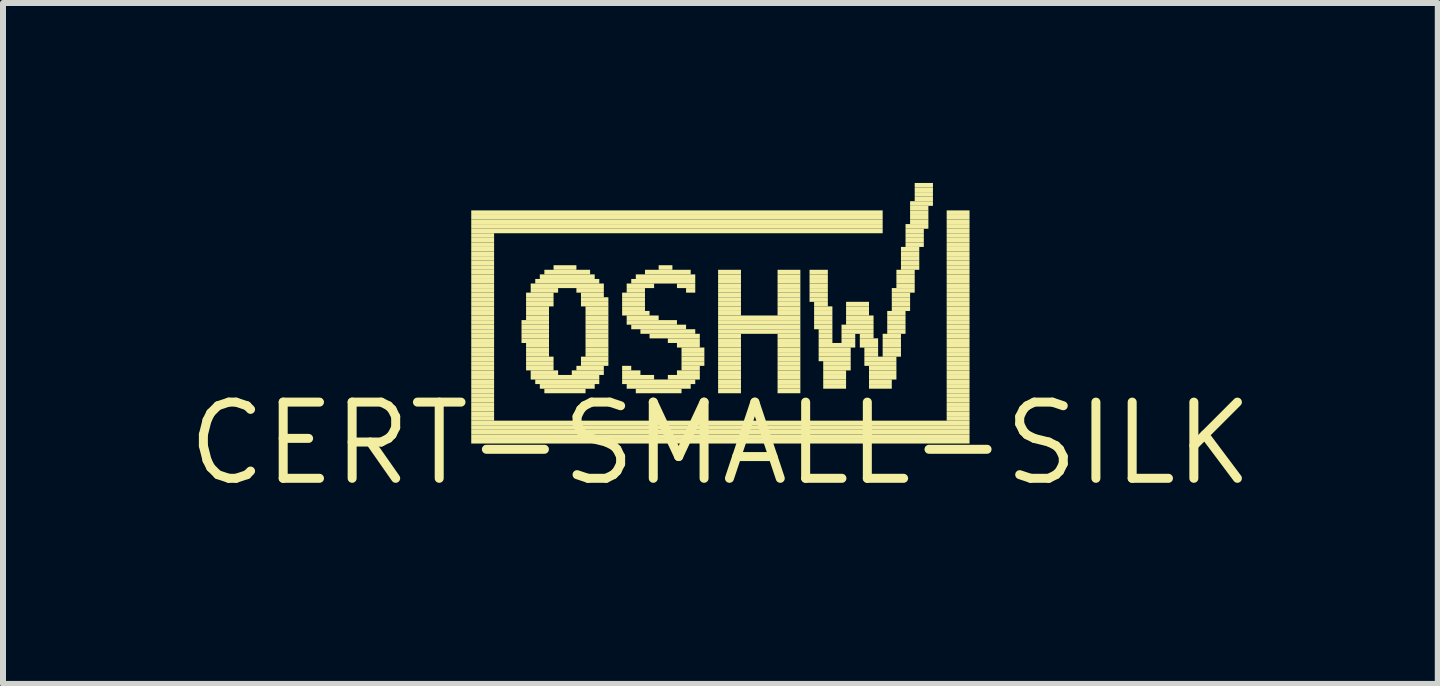
<source format=kicad_pcb>
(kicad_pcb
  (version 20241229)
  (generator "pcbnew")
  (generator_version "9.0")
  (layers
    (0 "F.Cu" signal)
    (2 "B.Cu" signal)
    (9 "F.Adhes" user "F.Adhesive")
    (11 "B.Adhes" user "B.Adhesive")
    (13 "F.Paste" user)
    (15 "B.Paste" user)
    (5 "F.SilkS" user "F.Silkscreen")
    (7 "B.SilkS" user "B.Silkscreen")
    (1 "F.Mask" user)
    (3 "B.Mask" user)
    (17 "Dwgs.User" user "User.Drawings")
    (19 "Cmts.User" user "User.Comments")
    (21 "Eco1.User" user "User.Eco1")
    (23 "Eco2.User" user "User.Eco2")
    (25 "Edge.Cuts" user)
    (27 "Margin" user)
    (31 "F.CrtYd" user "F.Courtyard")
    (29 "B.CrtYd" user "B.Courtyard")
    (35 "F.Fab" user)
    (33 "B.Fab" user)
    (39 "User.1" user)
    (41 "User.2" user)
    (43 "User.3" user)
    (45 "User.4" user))
  (footprint "CERT-SMALL-SILK"
    (layer "F.Cu")
    (at 8.958 4.343)
    (property "Reference" "CERT-SMALL-SILK" (at 0 0 0) (layer "F.SilkS") (effects (font (size 1.27 1.27) (thickness 0.15))))
    (fp_poly (pts (xy -4.153 -3.81) (xy 2.705 -3.81) (xy 2.705 -3.886) (xy -4.153 -3.886)) (stroke (width 0) (type solid)) (fill yes) (layer "F.SilkS"))
    (fp_poly (pts (xy -4.153 -3.734) (xy 2.705 -3.734) (xy 2.705 -3.81) (xy -4.153 -3.81)) (stroke (width 0) (type solid)) (fill yes) (layer "F.SilkS"))
    (fp_poly (pts (xy -4.153 -3.658) (xy 2.705 -3.658) (xy 2.705 -3.734) (xy -4.153 -3.734)) (stroke (width 0) (type solid)) (fill yes) (layer "F.SilkS"))
    (fp_poly (pts (xy -4.153 -3.581) (xy 2.705 -3.581) (xy 2.705 -3.658) (xy -4.153 -3.658)) (stroke (width 0) (type solid)) (fill yes) (layer "F.SilkS"))
    (fp_poly (pts (xy -4.153 -3.505) (xy 2.705 -3.505) (xy 2.705 -3.581) (xy -4.153 -3.581)) (stroke (width 0) (type solid)) (fill yes) (layer "F.SilkS"))
    (fp_poly (pts (xy -4.153 -3.429) (xy -3.772 -3.429) (xy -3.772 -3.505) (xy -4.153 -3.505)) (stroke (width 0) (type solid)) (fill yes) (layer "F.SilkS"))
    (fp_poly (pts (xy -4.153 -3.353) (xy -3.772 -3.353) (xy -3.772 -3.429) (xy -4.153 -3.429)) (stroke (width 0) (type solid)) (fill yes) (layer "F.SilkS"))
    (fp_poly (pts (xy -4.153 -3.277) (xy -3.772 -3.277) (xy -3.772 -3.353) (xy -4.153 -3.353)) (stroke (width 0) (type solid)) (fill yes) (layer "F.SilkS"))
    (fp_poly (pts (xy -4.153 -3.2) (xy -3.772 -3.2) (xy -3.772 -3.277) (xy -4.153 -3.277)) (stroke (width 0) (type solid)) (fill yes) (layer "F.SilkS"))
    (fp_poly (pts (xy -4.153 -3.124) (xy -3.772 -3.124) (xy -3.772 -3.2) (xy -4.153 -3.2)) (stroke (width 0) (type solid)) (fill yes) (layer "F.SilkS"))
    (fp_poly (pts (xy -4.153 -3.048) (xy -3.772 -3.048) (xy -3.772 -3.124) (xy -4.153 -3.124)) (stroke (width 0) (type solid)) (fill yes) (layer "F.SilkS"))
    (fp_poly (pts (xy -4.153 -2.972) (xy -3.772 -2.972) (xy -3.772 -3.048) (xy -4.153 -3.048)) (stroke (width 0) (type solid)) (fill yes) (layer "F.SilkS"))
    (fp_poly (pts (xy -4.153 -2.896) (xy -3.772 -2.896) (xy -3.772 -2.972) (xy -4.153 -2.972)) (stroke (width 0) (type solid)) (fill yes) (layer "F.SilkS"))
    (fp_poly (pts (xy -4.153 -2.819) (xy -3.772 -2.819) (xy -3.772 -2.896) (xy -4.153 -2.896)) (stroke (width 0) (type solid)) (fill yes) (layer "F.SilkS"))
    (fp_poly (pts (xy -4.153 -2.743) (xy -3.772 -2.743) (xy -3.772 -2.819) (xy -4.153 -2.819)) (stroke (width 0) (type solid)) (fill yes) (layer "F.SilkS"))
    (fp_poly (pts (xy -4.153 -2.667) (xy -3.772 -2.667) (xy -3.772 -2.743) (xy -4.153 -2.743)) (stroke (width 0) (type solid)) (fill yes) (layer "F.SilkS"))
    (fp_poly (pts (xy -4.153 -2.591) (xy -3.772 -2.591) (xy -3.772 -2.667) (xy -4.153 -2.667)) (stroke (width 0) (type solid)) (fill yes) (layer "F.SilkS"))
    (fp_poly (pts (xy -4.153 -2.515) (xy -3.772 -2.515) (xy -3.772 -2.591) (xy -4.153 -2.591)) (stroke (width 0) (type solid)) (fill yes) (layer "F.SilkS"))
    (fp_poly (pts (xy -4.153 -2.438) (xy -3.772 -2.438) (xy -3.772 -2.515) (xy -4.153 -2.515)) (stroke (width 0) (type solid)) (fill yes) (layer "F.SilkS"))
    (fp_poly (pts (xy -4.153 -2.362) (xy -3.772 -2.362) (xy -3.772 -2.438) (xy -4.153 -2.438)) (stroke (width 0) (type solid)) (fill yes) (layer "F.SilkS"))
    (fp_poly (pts (xy -4.153 -2.286) (xy -3.772 -2.286) (xy -3.772 -2.362) (xy -4.153 -2.362)) (stroke (width 0) (type solid)) (fill yes) (layer "F.SilkS"))
    (fp_poly (pts (xy -4.153 -2.21) (xy -3.772 -2.21) (xy -3.772 -2.286) (xy -4.153 -2.286)) (stroke (width 0) (type solid)) (fill yes) (layer "F.SilkS"))
    (fp_poly (pts (xy -4.153 -2.134) (xy -3.772 -2.134) (xy -3.772 -2.21) (xy -4.153 -2.21)) (stroke (width 0) (type solid)) (fill yes) (layer "F.SilkS"))
    (fp_poly (pts (xy -4.153 -2.057) (xy -3.772 -2.057) (xy -3.772 -2.134) (xy -4.153 -2.134)) (stroke (width 0) (type solid)) (fill yes) (layer "F.SilkS"))
    (fp_poly (pts (xy -4.153 -1.981) (xy -3.772 -1.981) (xy -3.772 -2.057) (xy -4.153 -2.057)) (stroke (width 0) (type solid)) (fill yes) (layer "F.SilkS"))
    (fp_poly (pts (xy -4.153 -1.905) (xy -3.772 -1.905) (xy -3.772 -1.981) (xy -4.153 -1.981)) (stroke (width 0) (type solid)) (fill yes) (layer "F.SilkS"))
    (fp_poly (pts (xy -4.153 -1.829) (xy -3.772 -1.829) (xy -3.772 -1.905) (xy -4.153 -1.905)) (stroke (width 0) (type solid)) (fill yes) (layer "F.SilkS"))
    (fp_poly (pts (xy -4.153 -1.753) (xy -3.772 -1.753) (xy -3.772 -1.829) (xy -4.153 -1.829)) (stroke (width 0) (type solid)) (fill yes) (layer "F.SilkS"))
    (fp_poly (pts (xy -4.153 -1.676) (xy -3.772 -1.676) (xy -3.772 -1.753) (xy -4.153 -1.753)) (stroke (width 0) (type solid)) (fill yes) (layer "F.SilkS"))
    (fp_poly (pts (xy -4.153 -1.6) (xy -3.772 -1.6) (xy -3.772 -1.676) (xy -4.153 -1.676)) (stroke (width 0) (type solid)) (fill yes) (layer "F.SilkS"))
    (fp_poly (pts (xy -4.153 -1.524) (xy -3.772 -1.524) (xy -3.772 -1.6) (xy -4.153 -1.6)) (stroke (width 0) (type solid)) (fill yes) (layer "F.SilkS"))
    (fp_poly (pts (xy -4.153 -1.448) (xy -3.772 -1.448) (xy -3.772 -1.524) (xy -4.153 -1.524)) (stroke (width 0) (type solid)) (fill yes) (layer "F.SilkS"))
    (fp_poly (pts (xy -4.153 -1.372) (xy -3.772 -1.372) (xy -3.772 -1.448) (xy -4.153 -1.448)) (stroke (width 0) (type solid)) (fill yes) (layer "F.SilkS"))
    (fp_poly (pts (xy -4.153 -1.295) (xy -3.772 -1.295) (xy -3.772 -1.372) (xy -4.153 -1.372)) (stroke (width 0) (type solid)) (fill yes) (layer "F.SilkS"))
    (fp_poly (pts (xy -4.153 -1.219) (xy -3.772 -1.219) (xy -3.772 -1.295) (xy -4.153 -1.295)) (stroke (width 0) (type solid)) (fill yes) (layer "F.SilkS"))
    (fp_poly (pts (xy -4.153 -1.143) (xy -3.772 -1.143) (xy -3.772 -1.219) (xy -4.153 -1.219)) (stroke (width 0) (type solid)) (fill yes) (layer "F.SilkS"))
    (fp_poly (pts (xy -4.153 -1.067) (xy -3.772 -1.067) (xy -3.772 -1.143) (xy -4.153 -1.143)) (stroke (width 0) (type solid)) (fill yes) (layer "F.SilkS"))
    (fp_poly (pts (xy -4.153 -0.991) (xy -3.772 -0.991) (xy -3.772 -1.067) (xy -4.153 -1.067)) (stroke (width 0) (type solid)) (fill yes) (layer "F.SilkS"))
    (fp_poly (pts (xy -4.153 -0.914) (xy -3.772 -0.914) (xy -3.772 -0.991) (xy -4.153 -0.991)) (stroke (width 0) (type solid)) (fill yes) (layer "F.SilkS"))
    (fp_poly (pts (xy -4.153 -0.838) (xy -3.772 -0.838) (xy -3.772 -0.914) (xy -4.153 -0.914)) (stroke (width 0) (type solid)) (fill yes) (layer "F.SilkS"))
    (fp_poly (pts (xy -4.153 -0.762) (xy -3.772 -0.762) (xy -3.772 -0.838) (xy -4.153 -0.838)) (stroke (width 0) (type solid)) (fill yes) (layer "F.SilkS"))
    (fp_poly (pts (xy -4.153 -0.686) (xy -3.772 -0.686) (xy -3.772 -0.762) (xy -4.153 -0.762)) (stroke (width 0) (type solid)) (fill yes) (layer "F.SilkS"))
    (fp_poly (pts (xy -4.153 -0.61) (xy -3.772 -0.61) (xy -3.772 -0.686) (xy -4.153 -0.686)) (stroke (width 0) (type solid)) (fill yes) (layer "F.SilkS"))
    (fp_poly (pts (xy -4.153 -0.533) (xy -3.772 -0.533) (xy -3.772 -0.61) (xy -4.153 -0.61)) (stroke (width 0) (type solid)) (fill yes) (layer "F.SilkS"))
    (fp_poly (pts (xy -4.153 -0.457) (xy -3.772 -0.457) (xy -3.772 -0.533) (xy -4.153 -0.533)) (stroke (width 0) (type solid)) (fill yes) (layer "F.SilkS"))
    (fp_poly (pts (xy -4.153 -0.381) (xy -3.772 -0.381) (xy -3.772 -0.457) (xy -4.153 -0.457)) (stroke (width 0) (type solid)) (fill yes) (layer "F.SilkS"))
    (fp_poly (pts (xy -4.153 -0.305) (xy 4.153 -0.305) (xy 4.153 -0.381) (xy -4.153 -0.381)) (stroke (width 0) (type solid)) (fill yes) (layer "F.SilkS"))
    (fp_poly (pts (xy -4.153 -0.229) (xy 4.153 -0.229) (xy 4.153 -0.305) (xy -4.153 -0.305)) (stroke (width 0) (type solid)) (fill yes) (layer "F.SilkS"))
    (fp_poly (pts (xy -4.153 -0.152) (xy 4.153 -0.152) (xy 4.153 -0.229) (xy -4.153 -0.229)) (stroke (width 0) (type solid)) (fill yes) (layer "F.SilkS"))
    (fp_poly (pts (xy -4.153 -0.076) (xy 4.153 -0.076) (xy 4.153 -0.152) (xy -4.153 -0.152)) (stroke (width 0) (type solid)) (fill yes) (layer "F.SilkS"))
    (fp_poly (pts (xy -4.153 0) (xy 4.153 0) (xy 4.153 -0.076) (xy -4.153 -0.076)) (stroke (width 0) (type solid)) (fill yes) (layer "F.SilkS"))
    (fp_poly (pts (xy -3.315 -1.981) (xy -2.857 -1.981) (xy -2.857 -2.057) (xy -3.315 -2.057)) (stroke (width 0) (type solid)) (fill yes) (layer "F.SilkS"))
    (fp_poly (pts (xy -3.315 -1.905) (xy -2.857 -1.905) (xy -2.857 -1.981) (xy -3.315 -1.981)) (stroke (width 0) (type solid)) (fill yes) (layer "F.SilkS"))
    (fp_poly (pts (xy -3.315 -1.829) (xy -2.857 -1.829) (xy -2.857 -1.905) (xy -3.315 -1.905)) (stroke (width 0) (type solid)) (fill yes) (layer "F.SilkS"))
    (fp_poly (pts (xy -3.315 -1.753) (xy -2.857 -1.753) (xy -2.857 -1.829) (xy -3.315 -1.829)) (stroke (width 0) (type solid)) (fill yes) (layer "F.SilkS"))
    (fp_poly (pts (xy -3.315 -1.676) (xy -2.857 -1.676) (xy -2.857 -1.753) (xy -3.315 -1.753)) (stroke (width 0) (type solid)) (fill yes) (layer "F.SilkS"))
    (fp_poly (pts (xy -3.239 -2.438) (xy -2.781 -2.438) (xy -2.781 -2.515) (xy -3.239 -2.515)) (stroke (width 0) (type solid)) (fill yes) (layer "F.SilkS"))
    (fp_poly (pts (xy -3.239 -2.362) (xy -2.781 -2.362) (xy -2.781 -2.438) (xy -3.239 -2.438)) (stroke (width 0) (type solid)) (fill yes) (layer "F.SilkS"))
    (fp_poly (pts (xy -3.239 -2.286) (xy -2.781 -2.286) (xy -2.781 -2.362) (xy -3.239 -2.362)) (stroke (width 0) (type solid)) (fill yes) (layer "F.SilkS"))
    (fp_poly (pts (xy -3.239 -2.21) (xy -2.857 -2.21) (xy -2.857 -2.286) (xy -3.239 -2.286)) (stroke (width 0) (type solid)) (fill yes) (layer "F.SilkS"))
    (fp_poly (pts (xy -3.239 -2.134) (xy -2.857 -2.134) (xy -2.857 -2.21) (xy -3.239 -2.21)) (stroke (width 0) (type solid)) (fill yes) (layer "F.SilkS"))
    (fp_poly (pts (xy -3.239 -2.057) (xy -2.857 -2.057) (xy -2.857 -2.134) (xy -3.239 -2.134)) (stroke (width 0) (type solid)) (fill yes) (layer "F.SilkS"))
    (fp_poly (pts (xy -3.239 -1.6) (xy -2.857 -1.6) (xy -2.857 -1.676) (xy -3.239 -1.676)) (stroke (width 0) (type solid)) (fill yes) (layer "F.SilkS"))
    (fp_poly (pts (xy -3.239 -1.524) (xy -2.857 -1.524) (xy -2.857 -1.6) (xy -3.239 -1.6)) (stroke (width 0) (type solid)) (fill yes) (layer "F.SilkS"))
    (fp_poly (pts (xy -3.239 -1.448) (xy -2.857 -1.448) (xy -2.857 -1.524) (xy -3.239 -1.524)) (stroke (width 0) (type solid)) (fill yes) (layer "F.SilkS"))
    (fp_poly (pts (xy -3.239 -1.372) (xy -2.781 -1.372) (xy -2.781 -1.448) (xy -3.239 -1.448)) (stroke (width 0) (type solid)) (fill yes) (layer "F.SilkS"))
    (fp_poly (pts (xy -3.239 -1.295) (xy -2.781 -1.295) (xy -2.781 -1.372) (xy -3.239 -1.372)) (stroke (width 0) (type solid)) (fill yes) (layer "F.SilkS"))
    (fp_poly (pts (xy -3.239 -1.219) (xy -2.781 -1.219) (xy -2.781 -1.295) (xy -3.239 -1.295)) (stroke (width 0) (type solid)) (fill yes) (layer "F.SilkS"))
    (fp_poly (pts (xy -3.162 -2.591) (xy -1.943 -2.591) (xy -1.943 -2.667) (xy -3.162 -2.667)) (stroke (width 0) (type solid)) (fill yes) (layer "F.SilkS"))
    (fp_poly (pts (xy -3.162 -2.515) (xy -2.705 -2.515) (xy -2.705 -2.591) (xy -3.162 -2.591)) (stroke (width 0) (type solid)) (fill yes) (layer "F.SilkS"))
    (fp_poly (pts (xy -3.162 -1.143) (xy -2.705 -1.143) (xy -2.705 -1.219) (xy -3.162 -1.219)) (stroke (width 0) (type solid)) (fill yes) (layer "F.SilkS"))
    (fp_poly (pts (xy -3.162 -1.067) (xy -2.019 -1.067) (xy -2.019 -1.143) (xy -3.162 -1.143)) (stroke (width 0) (type solid)) (fill yes) (layer "F.SilkS"))
    (fp_poly (pts (xy -3.086 -2.667) (xy -2.019 -2.667) (xy -2.019 -2.743) (xy -3.086 -2.743)) (stroke (width 0) (type solid)) (fill yes) (layer "F.SilkS"))
    (fp_poly (pts (xy -3.086 -0.991) (xy -2.019 -0.991) (xy -2.019 -1.067) (xy -3.086 -1.067)) (stroke (width 0) (type solid)) (fill yes) (layer "F.SilkS"))
    (fp_poly (pts (xy -3.01 -2.743) (xy -2.095 -2.743) (xy -2.095 -2.819) (xy -3.01 -2.819)) (stroke (width 0) (type solid)) (fill yes) (layer "F.SilkS"))
    (fp_poly (pts (xy -3.01 -0.914) (xy -2.095 -0.914) (xy -2.095 -0.991) (xy -3.01 -0.991)) (stroke (width 0) (type solid)) (fill yes) (layer "F.SilkS"))
    (fp_poly (pts (xy -2.934 -2.819) (xy -2.172 -2.819) (xy -2.172 -2.896) (xy -2.934 -2.896)) (stroke (width 0) (type solid)) (fill yes) (layer "F.SilkS"))
    (fp_poly (pts (xy -2.934 -0.838) (xy -2.248 -0.838) (xy -2.248 -0.914) (xy -2.934 -0.914)) (stroke (width 0) (type solid)) (fill yes) (layer "F.SilkS"))
    (fp_poly (pts (xy -2.781 -2.896) (xy -2.4 -2.896) (xy -2.4 -2.972) (xy -2.781 -2.972)) (stroke (width 0) (type solid)) (fill yes) (layer "F.SilkS"))
    (fp_poly (pts (xy -2.477 -1.143) (xy -1.943 -1.143) (xy -1.943 -1.219) (xy -2.477 -1.219)) (stroke (width 0) (type solid)) (fill yes) (layer "F.SilkS"))
    (fp_poly (pts (xy -2.4 -2.515) (xy -1.943 -2.515) (xy -1.943 -2.591) (xy -2.4 -2.591)) (stroke (width 0) (type solid)) (fill yes) (layer "F.SilkS"))
    (fp_poly (pts (xy -2.4 -1.219) (xy -1.943 -1.219) (xy -1.943 -1.295) (xy -2.4 -1.295)) (stroke (width 0) (type solid)) (fill yes) (layer "F.SilkS"))
    (fp_poly (pts (xy -2.324 -2.438) (xy -1.943 -2.438) (xy -1.943 -2.515) (xy -2.324 -2.515)) (stroke (width 0) (type solid)) (fill yes) (layer "F.SilkS"))
    (fp_poly (pts (xy -2.324 -2.362) (xy -1.867 -2.362) (xy -1.867 -2.438) (xy -2.324 -2.438)) (stroke (width 0) (type solid)) (fill yes) (layer "F.SilkS"))
    (fp_poly (pts (xy -2.324 -2.286) (xy -1.867 -2.286) (xy -1.867 -2.362) (xy -2.324 -2.362)) (stroke (width 0) (type solid)) (fill yes) (layer "F.SilkS"))
    (fp_poly (pts (xy -2.324 -1.372) (xy -1.867 -1.372) (xy -1.867 -1.448) (xy -2.324 -1.448)) (stroke (width 0) (type solid)) (fill yes) (layer "F.SilkS"))
    (fp_poly (pts (xy -2.324 -1.295) (xy -1.867 -1.295) (xy -1.867 -1.372) (xy -2.324 -1.372)) (stroke (width 0) (type solid)) (fill yes) (layer "F.SilkS"))
    (fp_poly (pts (xy -2.248 -2.21) (xy -1.867 -2.21) (xy -1.867 -2.286) (xy -2.248 -2.286)) (stroke (width 0) (type solid)) (fill yes) (layer "F.SilkS"))
    (fp_poly (pts (xy -2.248 -2.134) (xy -1.867 -2.134) (xy -1.867 -2.21) (xy -2.248 -2.21)) (stroke (width 0) (type solid)) (fill yes) (layer "F.SilkS"))
    (fp_poly (pts (xy -2.248 -2.057) (xy -1.867 -2.057) (xy -1.867 -2.134) (xy -2.248 -2.134)) (stroke (width 0) (type solid)) (fill yes) (layer "F.SilkS"))
    (fp_poly (pts (xy -2.248 -1.981) (xy -1.867 -1.981) (xy -1.867 -2.057) (xy -2.248 -2.057)) (stroke (width 0) (type solid)) (fill yes) (layer "F.SilkS"))
    (fp_poly (pts (xy -2.248 -1.905) (xy -1.867 -1.905) (xy -1.867 -1.981) (xy -2.248 -1.981)) (stroke (width 0) (type solid)) (fill yes) (layer "F.SilkS"))
    (fp_poly (pts (xy -2.248 -1.829) (xy -1.867 -1.829) (xy -1.867 -1.905) (xy -2.248 -1.905)) (stroke (width 0) (type solid)) (fill yes) (layer "F.SilkS"))
    (fp_poly (pts (xy -2.248 -1.753) (xy -1.867 -1.753) (xy -1.867 -1.829) (xy -2.248 -1.829)) (stroke (width 0) (type solid)) (fill yes) (layer "F.SilkS"))
    (fp_poly (pts (xy -2.248 -1.676) (xy -1.867 -1.676) (xy -1.867 -1.753) (xy -2.248 -1.753)) (stroke (width 0) (type solid)) (fill yes) (layer "F.SilkS"))
    (fp_poly (pts (xy -2.248 -1.6) (xy -1.867 -1.6) (xy -1.867 -1.676) (xy -2.248 -1.676)) (stroke (width 0) (type solid)) (fill yes) (layer "F.SilkS"))
    (fp_poly (pts (xy -2.248 -1.524) (xy -1.867 -1.524) (xy -1.867 -1.6) (xy -2.248 -1.6)) (stroke (width 0) (type solid)) (fill yes) (layer "F.SilkS"))
    (fp_poly (pts (xy -2.248 -1.448) (xy -1.867 -1.448) (xy -1.867 -1.524) (xy -2.248 -1.524)) (stroke (width 0) (type solid)) (fill yes) (layer "F.SilkS"))
    (fp_poly (pts (xy -1.638 -2.438) (xy -1.257 -2.438) (xy -1.257 -2.515) (xy -1.638 -2.515)) (stroke (width 0) (type solid)) (fill yes) (layer "F.SilkS"))
    (fp_poly (pts (xy -1.638 -2.362) (xy -1.257 -2.362) (xy -1.257 -2.438) (xy -1.638 -2.438)) (stroke (width 0) (type solid)) (fill yes) (layer "F.SilkS"))
    (fp_poly (pts (xy -1.638 -2.286) (xy -1.257 -2.286) (xy -1.257 -2.362) (xy -1.638 -2.362)) (stroke (width 0) (type solid)) (fill yes) (layer "F.SilkS"))
    (fp_poly (pts (xy -1.638 -2.21) (xy -1.257 -2.21) (xy -1.257 -2.286) (xy -1.638 -2.286)) (stroke (width 0) (type solid)) (fill yes) (layer "F.SilkS"))
    (fp_poly (pts (xy -1.638 -2.134) (xy -1.181 -2.134) (xy -1.181 -2.21) (xy -1.638 -2.21)) (stroke (width 0) (type solid)) (fill yes) (layer "F.SilkS"))
    (fp_poly (pts (xy -1.638 -1.219) (xy -1.486 -1.219) (xy -1.486 -1.295) (xy -1.638 -1.295)) (stroke (width 0) (type solid)) (fill yes) (layer "F.SilkS"))
    (fp_poly (pts (xy -1.638 -1.143) (xy -1.333 -1.143) (xy -1.333 -1.219) (xy -1.638 -1.219)) (stroke (width 0) (type solid)) (fill yes) (layer "F.SilkS"))
    (fp_poly (pts (xy -1.638 -1.067) (xy -1.105 -1.067) (xy -1.105 -1.143) (xy -1.638 -1.143)) (stroke (width 0) (type solid)) (fill yes) (layer "F.SilkS"))
    (fp_poly (pts (xy -1.638 -0.991) (xy -0.419 -0.991) (xy -0.419 -1.067) (xy -1.638 -1.067)) (stroke (width 0) (type solid)) (fill yes) (layer "F.SilkS"))
    (fp_poly (pts (xy -1.562 -2.591) (xy -1.105 -2.591) (xy -1.105 -2.667) (xy -1.562 -2.667)) (stroke (width 0) (type solid)) (fill yes) (layer "F.SilkS"))
    (fp_poly (pts (xy -1.562 -2.515) (xy -1.257 -2.515) (xy -1.257 -2.591) (xy -1.562 -2.591)) (stroke (width 0) (type solid)) (fill yes) (layer "F.SilkS"))
    (fp_poly (pts (xy -1.562 -2.057) (xy -1.029 -2.057) (xy -1.029 -2.134) (xy -1.562 -2.134)) (stroke (width 0) (type solid)) (fill yes) (layer "F.SilkS"))
    (fp_poly (pts (xy -1.562 -1.981) (xy -0.724 -1.981) (xy -0.724 -2.057) (xy -1.562 -2.057)) (stroke (width 0) (type solid)) (fill yes) (layer "F.SilkS"))
    (fp_poly (pts (xy -1.562 -0.914) (xy -0.495 -0.914) (xy -0.495 -0.991) (xy -1.562 -0.991)) (stroke (width 0) (type solid)) (fill yes) (layer "F.SilkS"))
    (fp_poly (pts (xy -1.486 -2.667) (xy -0.419 -2.667) (xy -0.419 -2.743) (xy -1.486 -2.743)) (stroke (width 0) (type solid)) (fill yes) (layer "F.SilkS"))
    (fp_poly (pts (xy -1.486 -1.905) (xy -0.572 -1.905) (xy -0.572 -1.981) (xy -1.486 -1.981)) (stroke (width 0) (type solid)) (fill yes) (layer "F.SilkS"))
    (fp_poly (pts (xy -1.41 -2.743) (xy -0.419 -2.743) (xy -0.419 -2.819) (xy -1.41 -2.819)) (stroke (width 0) (type solid)) (fill yes) (layer "F.SilkS"))
    (fp_poly (pts (xy -1.41 -0.838) (xy -0.648 -0.838) (xy -0.648 -0.914) (xy -1.41 -0.914)) (stroke (width 0) (type solid)) (fill yes) (layer "F.SilkS"))
    (fp_poly (pts (xy -1.333 -1.829) (xy -0.419 -1.829) (xy -0.419 -1.905) (xy -1.333 -1.905)) (stroke (width 0) (type solid)) (fill yes) (layer "F.SilkS"))
    (fp_poly (pts (xy -1.257 -2.819) (xy -0.495 -2.819) (xy -0.495 -2.896) (xy -1.257 -2.896)) (stroke (width 0) (type solid)) (fill yes) (layer "F.SilkS"))
    (fp_poly (pts (xy -1.181 -1.753) (xy -0.343 -1.753) (xy -0.343 -1.829) (xy -1.181 -1.829)) (stroke (width 0) (type solid)) (fill yes) (layer "F.SilkS"))
    (fp_poly (pts (xy -1.029 -2.896) (xy -0.8 -2.896) (xy -0.8 -2.972) (xy -1.029 -2.972)) (stroke (width 0) (type solid)) (fill yes) (layer "F.SilkS"))
    (fp_poly (pts (xy -0.876 -1.676) (xy -0.343 -1.676) (xy -0.343 -1.753) (xy -0.876 -1.753)) (stroke (width 0) (type solid)) (fill yes) (layer "F.SilkS"))
    (fp_poly (pts (xy -0.876 -1.067) (xy -0.343 -1.067) (xy -0.343 -1.143) (xy -0.876 -1.143)) (stroke (width 0) (type solid)) (fill yes) (layer "F.SilkS"))
    (fp_poly (pts (xy -0.724 -2.591) (xy -0.419 -2.591) (xy -0.419 -2.667) (xy -0.724 -2.667)) (stroke (width 0) (type solid)) (fill yes) (layer "F.SilkS"))
    (fp_poly (pts (xy -0.724 -1.6) (xy -0.343 -1.6) (xy -0.343 -1.676) (xy -0.724 -1.676)) (stroke (width 0) (type solid)) (fill yes) (layer "F.SilkS"))
    (fp_poly (pts (xy -0.724 -1.143) (xy -0.343 -1.143) (xy -0.343 -1.219) (xy -0.724 -1.219)) (stroke (width 0) (type solid)) (fill yes) (layer "F.SilkS"))
    (fp_poly (pts (xy -0.648 -1.524) (xy -0.267 -1.524) (xy -0.267 -1.6) (xy -0.648 -1.6)) (stroke (width 0) (type solid)) (fill yes) (layer "F.SilkS"))
    (fp_poly (pts (xy -0.648 -1.448) (xy -0.267 -1.448) (xy -0.267 -1.524) (xy -0.648 -1.524)) (stroke (width 0) (type solid)) (fill yes) (layer "F.SilkS"))
    (fp_poly (pts (xy -0.648 -1.372) (xy -0.267 -1.372) (xy -0.267 -1.448) (xy -0.648 -1.448)) (stroke (width 0) (type solid)) (fill yes) (layer "F.SilkS"))
    (fp_poly (pts (xy -0.648 -1.295) (xy -0.267 -1.295) (xy -0.267 -1.372) (xy -0.648 -1.372)) (stroke (width 0) (type solid)) (fill yes) (layer "F.SilkS"))
    (fp_poly (pts (xy -0.648 -1.219) (xy -0.343 -1.219) (xy -0.343 -1.295) (xy -0.648 -1.295)) (stroke (width 0) (type solid)) (fill yes) (layer "F.SilkS"))
    (fp_poly (pts (xy -0.572 -2.515) (xy -0.419 -2.515) (xy -0.419 -2.591) (xy -0.572 -2.591)) (stroke (width 0) (type solid)) (fill yes) (layer "F.SilkS"))
    (fp_poly (pts (xy -0.038 -2.819) (xy 0.343 -2.819) (xy 0.343 -2.896) (xy -0.038 -2.896)) (stroke (width 0) (type solid)) (fill yes) (layer "F.SilkS"))
    (fp_poly (pts (xy -0.038 -2.743) (xy 0.343 -2.743) (xy 0.343 -2.819) (xy -0.038 -2.819)) (stroke (width 0) (type solid)) (fill yes) (layer "F.SilkS"))
    (fp_poly (pts (xy -0.038 -2.667) (xy 0.343 -2.667) (xy 0.343 -2.743) (xy -0.038 -2.743)) (stroke (width 0) (type solid)) (fill yes) (layer "F.SilkS"))
    (fp_poly (pts (xy -0.038 -2.591) (xy 0.343 -2.591) (xy 0.343 -2.667) (xy -0.038 -2.667)) (stroke (width 0) (type solid)) (fill yes) (layer "F.SilkS"))
    (fp_poly (pts (xy -0.038 -2.515) (xy 0.343 -2.515) (xy 0.343 -2.591) (xy -0.038 -2.591)) (stroke (width 0) (type solid)) (fill yes) (layer "F.SilkS"))
    (fp_poly (pts (xy -0.038 -2.438) (xy 0.343 -2.438) (xy 0.343 -2.515) (xy -0.038 -2.515)) (stroke (width 0) (type solid)) (fill yes) (layer "F.SilkS"))
    (fp_poly (pts (xy -0.038 -2.362) (xy 0.343 -2.362) (xy 0.343 -2.438) (xy -0.038 -2.438)) (stroke (width 0) (type solid)) (fill yes) (layer "F.SilkS"))
    (fp_poly (pts (xy -0.038 -2.286) (xy 0.343 -2.286) (xy 0.343 -2.362) (xy -0.038 -2.362)) (stroke (width 0) (type solid)) (fill yes) (layer "F.SilkS"))
    (fp_poly (pts (xy -0.038 -2.21) (xy 0.343 -2.21) (xy 0.343 -2.286) (xy -0.038 -2.286)) (stroke (width 0) (type solid)) (fill yes) (layer "F.SilkS"))
    (fp_poly (pts (xy -0.038 -2.134) (xy 0.343 -2.134) (xy 0.343 -2.21) (xy -0.038 -2.21)) (stroke (width 0) (type solid)) (fill yes) (layer "F.SilkS"))
    (fp_poly (pts (xy -0.038 -2.057) (xy 1.333 -2.057) (xy 1.333 -2.134) (xy -0.038 -2.134)) (stroke (width 0) (type solid)) (fill yes) (layer "F.SilkS"))
    (fp_poly (pts (xy -0.038 -1.981) (xy 1.333 -1.981) (xy 1.333 -2.057) (xy -0.038 -2.057)) (stroke (width 0) (type solid)) (fill yes) (layer "F.SilkS"))
    (fp_poly (pts (xy -0.038 -1.905) (xy 1.333 -1.905) (xy 1.333 -1.981) (xy -0.038 -1.981)) (stroke (width 0) (type solid)) (fill yes) (layer "F.SilkS"))
    (fp_poly (pts (xy -0.038 -1.829) (xy 1.333 -1.829) (xy 1.333 -1.905) (xy -0.038 -1.905)) (stroke (width 0) (type solid)) (fill yes) (layer "F.SilkS"))
    (fp_poly (pts (xy -0.038 -1.753) (xy 0.343 -1.753) (xy 0.343 -1.829) (xy -0.038 -1.829)) (stroke (width 0) (type solid)) (fill yes) (layer "F.SilkS"))
    (fp_poly (pts (xy -0.038 -1.676) (xy 0.343 -1.676) (xy 0.343 -1.753) (xy -0.038 -1.753)) (stroke (width 0) (type solid)) (fill yes) (layer "F.SilkS"))
    (fp_poly (pts (xy -0.038 -1.6) (xy 0.343 -1.6) (xy 0.343 -1.676) (xy -0.038 -1.676)) (stroke (width 0) (type solid)) (fill yes) (layer "F.SilkS"))
    (fp_poly (pts (xy -0.038 -1.524) (xy 0.343 -1.524) (xy 0.343 -1.6) (xy -0.038 -1.6)) (stroke (width 0) (type solid)) (fill yes) (layer "F.SilkS"))
    (fp_poly (pts (xy -0.038 -1.448) (xy 0.343 -1.448) (xy 0.343 -1.524) (xy -0.038 -1.524)) (stroke (width 0) (type solid)) (fill yes) (layer "F.SilkS"))
    (fp_poly (pts (xy -0.038 -1.372) (xy 0.343 -1.372) (xy 0.343 -1.448) (xy -0.038 -1.448)) (stroke (width 0) (type solid)) (fill yes) (layer "F.SilkS"))
    (fp_poly (pts (xy -0.038 -1.295) (xy 0.343 -1.295) (xy 0.343 -1.372) (xy -0.038 -1.372)) (stroke (width 0) (type solid)) (fill yes) (layer "F.SilkS"))
    (fp_poly (pts (xy -0.038 -1.219) (xy 0.343 -1.219) (xy 0.343 -1.295) (xy -0.038 -1.295)) (stroke (width 0) (type solid)) (fill yes) (layer "F.SilkS"))
    (fp_poly (pts (xy -0.038 -1.143) (xy 0.343 -1.143) (xy 0.343 -1.219) (xy -0.038 -1.219)) (stroke (width 0) (type solid)) (fill yes) (layer "F.SilkS"))
    (fp_poly (pts (xy -0.038 -1.067) (xy 0.343 -1.067) (xy 0.343 -1.143) (xy -0.038 -1.143)) (stroke (width 0) (type solid)) (fill yes) (layer "F.SilkS"))
    (fp_poly (pts (xy -0.038 -0.991) (xy 0.343 -0.991) (xy 0.343 -1.067) (xy -0.038 -1.067)) (stroke (width 0) (type solid)) (fill yes) (layer "F.SilkS"))
    (fp_poly (pts (xy -0.038 -0.914) (xy 0.343 -0.914) (xy 0.343 -0.991) (xy -0.038 -0.991)) (stroke (width 0) (type solid)) (fill yes) (layer "F.SilkS"))
    (fp_poly (pts (xy -0.038 -0.838) (xy 0.343 -0.838) (xy 0.343 -0.914) (xy -0.038 -0.914)) (stroke (width 0) (type solid)) (fill yes) (layer "F.SilkS"))
    (fp_poly (pts (xy 0.953 -2.819) (xy 1.333 -2.819) (xy 1.333 -2.896) (xy 0.953 -2.896)) (stroke (width 0) (type solid)) (fill yes) (layer "F.SilkS"))
    (fp_poly (pts (xy 0.953 -2.743) (xy 1.333 -2.743) (xy 1.333 -2.819) (xy 0.953 -2.819)) (stroke (width 0) (type solid)) (fill yes) (layer "F.SilkS"))
    (fp_poly (pts (xy 0.953 -2.667) (xy 1.333 -2.667) (xy 1.333 -2.743) (xy 0.953 -2.743)) (stroke (width 0) (type solid)) (fill yes) (layer "F.SilkS"))
    (fp_poly (pts (xy 0.953 -2.591) (xy 1.333 -2.591) (xy 1.333 -2.667) (xy 0.953 -2.667)) (stroke (width 0) (type solid)) (fill yes) (layer "F.SilkS"))
    (fp_poly (pts (xy 0.953 -2.515) (xy 1.333 -2.515) (xy 1.333 -2.591) (xy 0.953 -2.591)) (stroke (width 0) (type solid)) (fill yes) (layer "F.SilkS"))
    (fp_poly (pts (xy 0.953 -2.438) (xy 1.333 -2.438) (xy 1.333 -2.515) (xy 0.953 -2.515)) (stroke (width 0) (type solid)) (fill yes) (layer "F.SilkS"))
    (fp_poly (pts (xy 0.953 -2.362) (xy 1.333 -2.362) (xy 1.333 -2.438) (xy 0.953 -2.438)) (stroke (width 0) (type solid)) (fill yes) (layer "F.SilkS"))
    (fp_poly (pts (xy 0.953 -2.286) (xy 1.333 -2.286) (xy 1.333 -2.362) (xy 0.953 -2.362)) (stroke (width 0) (type solid)) (fill yes) (layer "F.SilkS"))
    (fp_poly (pts (xy 0.953 -2.21) (xy 1.333 -2.21) (xy 1.333 -2.286) (xy 0.953 -2.286)) (stroke (width 0) (type solid)) (fill yes) (layer "F.SilkS"))
    (fp_poly (pts (xy 0.953 -2.134) (xy 1.333 -2.134) (xy 1.333 -2.21) (xy 0.953 -2.21)) (stroke (width 0) (type solid)) (fill yes) (layer "F.SilkS"))
    (fp_poly (pts (xy 0.953 -1.753) (xy 1.333 -1.753) (xy 1.333 -1.829) (xy 0.953 -1.829)) (stroke (width 0) (type solid)) (fill yes) (layer "F.SilkS"))
    (fp_poly (pts (xy 0.953 -1.676) (xy 1.333 -1.676) (xy 1.333 -1.753) (xy 0.953 -1.753)) (stroke (width 0) (type solid)) (fill yes) (layer "F.SilkS"))
    (fp_poly (pts (xy 0.953 -1.6) (xy 1.333 -1.6) (xy 1.333 -1.676) (xy 0.953 -1.676)) (stroke (width 0) (type solid)) (fill yes) (layer "F.SilkS"))
    (fp_poly (pts (xy 0.953 -1.524) (xy 1.333 -1.524) (xy 1.333 -1.6) (xy 0.953 -1.6)) (stroke (width 0) (type solid)) (fill yes) (layer "F.SilkS"))
    (fp_poly (pts (xy 0.953 -1.448) (xy 1.333 -1.448) (xy 1.333 -1.524) (xy 0.953 -1.524)) (stroke (width 0) (type solid)) (fill yes) (layer "F.SilkS"))
    (fp_poly (pts (xy 0.953 -1.372) (xy 1.333 -1.372) (xy 1.333 -1.448) (xy 0.953 -1.448)) (stroke (width 0) (type solid)) (fill yes) (layer "F.SilkS"))
    (fp_poly (pts (xy 0.953 -1.295) (xy 1.333 -1.295) (xy 1.333 -1.372) (xy 0.953 -1.372)) (stroke (width 0) (type solid)) (fill yes) (layer "F.SilkS"))
    (fp_poly (pts (xy 0.953 -1.219) (xy 1.333 -1.219) (xy 1.333 -1.295) (xy 0.953 -1.295)) (stroke (width 0) (type solid)) (fill yes) (layer "F.SilkS"))
    (fp_poly (pts (xy 0.953 -1.143) (xy 1.333 -1.143) (xy 1.333 -1.219) (xy 0.953 -1.219)) (stroke (width 0) (type solid)) (fill yes) (layer "F.SilkS"))
    (fp_poly (pts (xy 0.953 -1.067) (xy 1.333 -1.067) (xy 1.333 -1.143) (xy 0.953 -1.143)) (stroke (width 0) (type solid)) (fill yes) (layer "F.SilkS"))
    (fp_poly (pts (xy 0.953 -0.991) (xy 1.333 -0.991) (xy 1.333 -1.067) (xy 0.953 -1.067)) (stroke (width 0) (type solid)) (fill yes) (layer "F.SilkS"))
    (fp_poly (pts (xy 0.953 -0.914) (xy 1.333 -0.914) (xy 1.333 -0.991) (xy 0.953 -0.991)) (stroke (width 0) (type solid)) (fill yes) (layer "F.SilkS"))
    (fp_poly (pts (xy 0.953 -0.838) (xy 1.333 -0.838) (xy 1.333 -0.914) (xy 0.953 -0.914)) (stroke (width 0) (type solid)) (fill yes) (layer "F.SilkS"))
    (fp_poly (pts (xy 1.486 -2.819) (xy 1.791 -2.819) (xy 1.791 -2.896) (xy 1.486 -2.896)) (stroke (width 0) (type solid)) (fill yes) (layer "F.SilkS"))
    (fp_poly (pts (xy 1.486 -2.743) (xy 1.791 -2.743) (xy 1.791 -2.819) (xy 1.486 -2.819)) (stroke (width 0) (type solid)) (fill yes) (layer "F.SilkS"))
    (fp_poly (pts (xy 1.486 -2.667) (xy 1.791 -2.667) (xy 1.791 -2.743) (xy 1.486 -2.743)) (stroke (width 0) (type solid)) (fill yes) (layer "F.SilkS"))
    (fp_poly (pts (xy 1.486 -2.591) (xy 1.791 -2.591) (xy 1.791 -2.667) (xy 1.486 -2.667)) (stroke (width 0) (type solid)) (fill yes) (layer "F.SilkS"))
    (fp_poly (pts (xy 1.486 -2.515) (xy 1.791 -2.515) (xy 1.791 -2.591) (xy 1.486 -2.591)) (stroke (width 0) (type solid)) (fill yes) (layer "F.SilkS"))
    (fp_poly (pts (xy 1.486 -2.438) (xy 1.791 -2.438) (xy 1.791 -2.515) (xy 1.486 -2.515)) (stroke (width 0) (type solid)) (fill yes) (layer "F.SilkS"))
    (fp_poly (pts (xy 1.486 -2.362) (xy 1.791 -2.362) (xy 1.791 -2.438) (xy 1.486 -2.438)) (stroke (width 0) (type solid)) (fill yes) (layer "F.SilkS"))
    (fp_poly (pts (xy 1.562 -2.286) (xy 1.791 -2.286) (xy 1.791 -2.362) (xy 1.562 -2.362)) (stroke (width 0) (type solid)) (fill yes) (layer "F.SilkS"))
    (fp_poly (pts (xy 1.562 -2.21) (xy 1.867 -2.21) (xy 1.867 -2.286) (xy 1.562 -2.286)) (stroke (width 0) (type solid)) (fill yes) (layer "F.SilkS"))
    (fp_poly (pts (xy 1.562 -2.134) (xy 1.867 -2.134) (xy 1.867 -2.21) (xy 1.562 -2.21)) (stroke (width 0) (type solid)) (fill yes) (layer "F.SilkS"))
    (fp_poly (pts (xy 1.562 -2.057) (xy 1.867 -2.057) (xy 1.867 -2.134) (xy 1.562 -2.134)) (stroke (width 0) (type solid)) (fill yes) (layer "F.SilkS"))
    (fp_poly (pts (xy 1.562 -1.981) (xy 1.867 -1.981) (xy 1.867 -2.057) (xy 1.562 -2.057)) (stroke (width 0) (type solid)) (fill yes) (layer "F.SilkS"))
    (fp_poly (pts (xy 1.562 -1.905) (xy 1.867 -1.905) (xy 1.867 -1.981) (xy 1.562 -1.981)) (stroke (width 0) (type solid)) (fill yes) (layer "F.SilkS"))
    (fp_poly (pts (xy 1.638 -1.829) (xy 1.867 -1.829) (xy 1.867 -1.905) (xy 1.638 -1.905)) (stroke (width 0) (type solid)) (fill yes) (layer "F.SilkS"))
    (fp_poly (pts (xy 1.638 -1.753) (xy 1.867 -1.753) (xy 1.867 -1.829) (xy 1.638 -1.829)) (stroke (width 0) (type solid)) (fill yes) (layer "F.SilkS"))
    (fp_poly (pts (xy 1.638 -1.676) (xy 1.867 -1.676) (xy 1.867 -1.753) (xy 1.638 -1.753)) (stroke (width 0) (type solid)) (fill yes) (layer "F.SilkS"))
    (fp_poly (pts (xy 1.638 -1.6) (xy 2.248 -1.6) (xy 2.248 -1.676) (xy 1.638 -1.676)) (stroke (width 0) (type solid)) (fill yes) (layer "F.SilkS"))
    (fp_poly (pts (xy 1.638 -1.524) (xy 2.172 -1.524) (xy 2.172 -1.6) (xy 1.638 -1.6)) (stroke (width 0) (type solid)) (fill yes) (layer "F.SilkS"))
    (fp_poly (pts (xy 1.638 -1.448) (xy 2.172 -1.448) (xy 2.172 -1.524) (xy 1.638 -1.524)) (stroke (width 0) (type solid)) (fill yes) (layer "F.SilkS"))
    (fp_poly (pts (xy 1.638 -1.372) (xy 2.172 -1.372) (xy 2.172 -1.448) (xy 1.638 -1.448)) (stroke (width 0) (type solid)) (fill yes) (layer "F.SilkS"))
    (fp_poly (pts (xy 1.714 -1.295) (xy 2.172 -1.295) (xy 2.172 -1.372) (xy 1.714 -1.372)) (stroke (width 0) (type solid)) (fill yes) (layer "F.SilkS"))
    (fp_poly (pts (xy 1.714 -1.219) (xy 2.172 -1.219) (xy 2.172 -1.295) (xy 1.714 -1.295)) (stroke (width 0) (type solid)) (fill yes) (layer "F.SilkS"))
    (fp_poly (pts (xy 1.714 -1.143) (xy 2.095 -1.143) (xy 2.095 -1.219) (xy 1.714 -1.219)) (stroke (width 0) (type solid)) (fill yes) (layer "F.SilkS"))
    (fp_poly (pts (xy 1.714 -1.067) (xy 2.095 -1.067) (xy 2.095 -1.143) (xy 1.714 -1.143)) (stroke (width 0) (type solid)) (fill yes) (layer "F.SilkS"))
    (fp_poly (pts (xy 1.714 -0.991) (xy 2.095 -0.991) (xy 2.095 -1.067) (xy 1.714 -1.067)) (stroke (width 0) (type solid)) (fill yes) (layer "F.SilkS"))
    (fp_poly (pts (xy 1.714 -0.914) (xy 2.095 -0.914) (xy 2.095 -0.991) (xy 1.714 -0.991)) (stroke (width 0) (type solid)) (fill yes) (layer "F.SilkS"))
    (fp_poly (pts (xy 2.019 -1.905) (xy 2.553 -1.905) (xy 2.553 -1.981) (xy 2.019 -1.981)) (stroke (width 0) (type solid)) (fill yes) (layer "F.SilkS"))
    (fp_poly (pts (xy 2.019 -1.829) (xy 2.553 -1.829) (xy 2.553 -1.905) (xy 2.019 -1.905)) (stroke (width 0) (type solid)) (fill yes) (layer "F.SilkS"))
    (fp_poly (pts (xy 2.019 -1.753) (xy 2.248 -1.753) (xy 2.248 -1.829) (xy 2.019 -1.829)) (stroke (width 0) (type solid)) (fill yes) (layer "F.SilkS"))
    (fp_poly (pts (xy 2.019 -1.676) (xy 2.248 -1.676) (xy 2.248 -1.753) (xy 2.019 -1.753)) (stroke (width 0) (type solid)) (fill yes) (layer "F.SilkS"))
    (fp_poly (pts (xy 2.095 -2.286) (xy 2.477 -2.286) (xy 2.477 -2.362) (xy 2.095 -2.362)) (stroke (width 0) (type solid)) (fill yes) (layer "F.SilkS"))
    (fp_poly (pts (xy 2.095 -2.21) (xy 2.477 -2.21) (xy 2.477 -2.286) (xy 2.095 -2.286)) (stroke (width 0) (type solid)) (fill yes) (layer "F.SilkS"))
    (fp_poly (pts (xy 2.095 -2.134) (xy 2.477 -2.134) (xy 2.477 -2.21) (xy 2.095 -2.21)) (stroke (width 0) (type solid)) (fill yes) (layer "F.SilkS"))
    (fp_poly (pts (xy 2.095 -2.057) (xy 2.553 -2.057) (xy 2.553 -2.134) (xy 2.095 -2.134)) (stroke (width 0) (type solid)) (fill yes) (layer "F.SilkS"))
    (fp_poly (pts (xy 2.095 -1.981) (xy 2.553 -1.981) (xy 2.553 -2.057) (xy 2.095 -2.057)) (stroke (width 0) (type solid)) (fill yes) (layer "F.SilkS"))
    (fp_poly (pts (xy 2.324 -1.753) (xy 2.553 -1.753) (xy 2.553 -1.829) (xy 2.324 -1.829)) (stroke (width 0) (type solid)) (fill yes) (layer "F.SilkS"))
    (fp_poly (pts (xy 2.324 -1.676) (xy 2.629 -1.676) (xy 2.629 -1.753) (xy 2.324 -1.753)) (stroke (width 0) (type solid)) (fill yes) (layer "F.SilkS"))
    (fp_poly (pts (xy 2.324 -1.6) (xy 2.629 -1.6) (xy 2.629 -1.676) (xy 2.324 -1.676)) (stroke (width 0) (type solid)) (fill yes) (layer "F.SilkS"))
    (fp_poly (pts (xy 2.4 -1.524) (xy 2.629 -1.524) (xy 2.629 -1.6) (xy 2.4 -1.6)) (stroke (width 0) (type solid)) (fill yes) (layer "F.SilkS"))
    (fp_poly (pts (xy 2.4 -1.448) (xy 2.629 -1.448) (xy 2.629 -1.524) (xy 2.4 -1.524)) (stroke (width 0) (type solid)) (fill yes) (layer "F.SilkS"))
    (fp_poly (pts (xy 2.4 -1.372) (xy 2.934 -1.372) (xy 2.934 -1.448) (xy 2.4 -1.448)) (stroke (width 0) (type solid)) (fill yes) (layer "F.SilkS"))
    (fp_poly (pts (xy 2.4 -1.295) (xy 2.934 -1.295) (xy 2.934 -1.372) (xy 2.4 -1.372)) (stroke (width 0) (type solid)) (fill yes) (layer "F.SilkS"))
    (fp_poly (pts (xy 2.477 -1.219) (xy 2.934 -1.219) (xy 2.934 -1.295) (xy 2.477 -1.295)) (stroke (width 0) (type solid)) (fill yes) (layer "F.SilkS"))
    (fp_poly (pts (xy 2.477 -1.143) (xy 2.934 -1.143) (xy 2.934 -1.219) (xy 2.477 -1.219)) (stroke (width 0) (type solid)) (fill yes) (layer "F.SilkS"))
    (fp_poly (pts (xy 2.477 -1.067) (xy 2.934 -1.067) (xy 2.934 -1.143) (xy 2.477 -1.143)) (stroke (width 0) (type solid)) (fill yes) (layer "F.SilkS"))
    (fp_poly (pts (xy 2.477 -0.991) (xy 2.857 -0.991) (xy 2.857 -1.067) (xy 2.477 -1.067)) (stroke (width 0) (type solid)) (fill yes) (layer "F.SilkS"))
    (fp_poly (pts (xy 2.477 -0.914) (xy 2.857 -0.914) (xy 2.857 -0.991) (xy 2.477 -0.991)) (stroke (width 0) (type solid)) (fill yes) (layer "F.SilkS"))
    (fp_poly (pts (xy 2.705 -1.753) (xy 3.01 -1.753) (xy 3.01 -1.829) (xy 2.705 -1.829)) (stroke (width 0) (type solid)) (fill yes) (layer "F.SilkS"))
    (fp_poly (pts (xy 2.705 -1.676) (xy 3.01 -1.676) (xy 3.01 -1.753) (xy 2.705 -1.753)) (stroke (width 0) (type solid)) (fill yes) (layer "F.SilkS"))
    (fp_poly (pts (xy 2.705 -1.6) (xy 3.01 -1.6) (xy 3.01 -1.676) (xy 2.705 -1.676)) (stroke (width 0) (type solid)) (fill yes) (layer "F.SilkS"))
    (fp_poly (pts (xy 2.705 -1.524) (xy 3.01 -1.524) (xy 3.01 -1.6) (xy 2.705 -1.6)) (stroke (width 0) (type solid)) (fill yes) (layer "F.SilkS"))
    (fp_poly (pts (xy 2.705 -1.448) (xy 3.01 -1.448) (xy 3.01 -1.524) (xy 2.705 -1.524)) (stroke (width 0) (type solid)) (fill yes) (layer "F.SilkS"))
    (fp_poly (pts (xy 2.781 -2.134) (xy 3.086 -2.134) (xy 3.086 -2.21) (xy 2.781 -2.21)) (stroke (width 0) (type solid)) (fill yes) (layer "F.SilkS"))
    (fp_poly (pts (xy 2.781 -2.057) (xy 3.086 -2.057) (xy 3.086 -2.134) (xy 2.781 -2.134)) (stroke (width 0) (type solid)) (fill yes) (layer "F.SilkS"))
    (fp_poly (pts (xy 2.781 -1.981) (xy 3.086 -1.981) (xy 3.086 -2.057) (xy 2.781 -2.057)) (stroke (width 0) (type solid)) (fill yes) (layer "F.SilkS"))
    (fp_poly (pts (xy 2.781 -1.905) (xy 3.086 -1.905) (xy 3.086 -1.981) (xy 2.781 -1.981)) (stroke (width 0) (type solid)) (fill yes) (layer "F.SilkS"))
    (fp_poly (pts (xy 2.781 -1.829) (xy 3.086 -1.829) (xy 3.086 -1.905) (xy 2.781 -1.905)) (stroke (width 0) (type solid)) (fill yes) (layer "F.SilkS"))
    (fp_poly (pts (xy 2.857 -2.515) (xy 3.239 -2.515) (xy 3.239 -2.591) (xy 2.857 -2.591)) (stroke (width 0) (type solid)) (fill yes) (layer "F.SilkS"))
    (fp_poly (pts (xy 2.857 -2.438) (xy 3.162 -2.438) (xy 3.162 -2.515) (xy 2.857 -2.515)) (stroke (width 0) (type solid)) (fill yes) (layer "F.SilkS"))
    (fp_poly (pts (xy 2.857 -2.362) (xy 3.162 -2.362) (xy 3.162 -2.438) (xy 2.857 -2.438)) (stroke (width 0) (type solid)) (fill yes) (layer "F.SilkS"))
    (fp_poly (pts (xy 2.857 -2.286) (xy 3.162 -2.286) (xy 3.162 -2.362) (xy 2.857 -2.362)) (stroke (width 0) (type solid)) (fill yes) (layer "F.SilkS"))
    (fp_poly (pts (xy 2.857 -2.21) (xy 3.162 -2.21) (xy 3.162 -2.286) (xy 2.857 -2.286)) (stroke (width 0) (type solid)) (fill yes) (layer "F.SilkS"))
    (fp_poly (pts (xy 2.934 -2.819) (xy 3.239 -2.819) (xy 3.239 -2.896) (xy 2.934 -2.896)) (stroke (width 0) (type solid)) (fill yes) (layer "F.SilkS"))
    (fp_poly (pts (xy 2.934 -2.743) (xy 3.239 -2.743) (xy 3.239 -2.819) (xy 2.934 -2.819)) (stroke (width 0) (type solid)) (fill yes) (layer "F.SilkS"))
    (fp_poly (pts (xy 2.934 -2.667) (xy 3.239 -2.667) (xy 3.239 -2.743) (xy 2.934 -2.743)) (stroke (width 0) (type solid)) (fill yes) (layer "F.SilkS"))
    (fp_poly (pts (xy 2.934 -2.591) (xy 3.239 -2.591) (xy 3.239 -2.667) (xy 2.934 -2.667)) (stroke (width 0) (type solid)) (fill yes) (layer "F.SilkS"))
    (fp_poly (pts (xy 3.01 -3.2) (xy 3.315 -3.2) (xy 3.315 -3.277) (xy 3.01 -3.277)) (stroke (width 0) (type solid)) (fill yes) (layer "F.SilkS"))
    (fp_poly (pts (xy 3.01 -3.124) (xy 3.315 -3.124) (xy 3.315 -3.2) (xy 3.01 -3.2)) (stroke (width 0) (type solid)) (fill yes) (layer "F.SilkS"))
    (fp_poly (pts (xy 3.01 -3.048) (xy 3.315 -3.048) (xy 3.315 -3.124) (xy 3.01 -3.124)) (stroke (width 0) (type solid)) (fill yes) (layer "F.SilkS"))
    (fp_poly (pts (xy 3.01 -2.972) (xy 3.315 -2.972) (xy 3.315 -3.048) (xy 3.01 -3.048)) (stroke (width 0) (type solid)) (fill yes) (layer "F.SilkS"))
    (fp_poly (pts (xy 3.01 -2.896) (xy 3.315 -2.896) (xy 3.315 -2.972) (xy 3.01 -2.972)) (stroke (width 0) (type solid)) (fill yes) (layer "F.SilkS"))
    (fp_poly (pts (xy 3.086 -3.581) (xy 3.467 -3.581) (xy 3.467 -3.658) (xy 3.086 -3.658)) (stroke (width 0) (type solid)) (fill yes) (layer "F.SilkS"))
    (fp_poly (pts (xy 3.086 -3.505) (xy 3.391 -3.505) (xy 3.391 -3.581) (xy 3.086 -3.581)) (stroke (width 0) (type solid)) (fill yes) (layer "F.SilkS"))
    (fp_poly (pts (xy 3.086 -3.429) (xy 3.391 -3.429) (xy 3.391 -3.505) (xy 3.086 -3.505)) (stroke (width 0) (type solid)) (fill yes) (layer "F.SilkS"))
    (fp_poly (pts (xy 3.086 -3.353) (xy 3.391 -3.353) (xy 3.391 -3.429) (xy 3.086 -3.429)) (stroke (width 0) (type solid)) (fill yes) (layer "F.SilkS"))
    (fp_poly (pts (xy 3.086 -3.277) (xy 3.391 -3.277) (xy 3.391 -3.353) (xy 3.086 -3.353)) (stroke (width 0) (type solid)) (fill yes) (layer "F.SilkS"))
    (fp_poly (pts (xy 3.162 -3.962) (xy 3.543 -3.962) (xy 3.543 -4.039) (xy 3.162 -4.039)) (stroke (width 0) (type solid)) (fill yes) (layer "F.SilkS"))
    (fp_poly (pts (xy 3.162 -3.886) (xy 3.467 -3.886) (xy 3.467 -3.962) (xy 3.162 -3.962)) (stroke (width 0) (type solid)) (fill yes) (layer "F.SilkS"))
    (fp_poly (pts (xy 3.162 -3.81) (xy 3.467 -3.81) (xy 3.467 -3.886) (xy 3.162 -3.886)) (stroke (width 0) (type solid)) (fill yes) (layer "F.SilkS"))
    (fp_poly (pts (xy 3.162 -3.734) (xy 3.467 -3.734) (xy 3.467 -3.81) (xy 3.162 -3.81)) (stroke (width 0) (type solid)) (fill yes) (layer "F.SilkS"))
    (fp_poly (pts (xy 3.162 -3.658) (xy 3.467 -3.658) (xy 3.467 -3.734) (xy 3.162 -3.734)) (stroke (width 0) (type solid)) (fill yes) (layer "F.SilkS"))
    (fp_poly (pts (xy 3.239 -4.267) (xy 3.543 -4.267) (xy 3.543 -4.343) (xy 3.239 -4.343)) (stroke (width 0) (type solid)) (fill yes) (layer "F.SilkS"))
    (fp_poly (pts (xy 3.239 -4.191) (xy 3.543 -4.191) (xy 3.543 -4.267) (xy 3.239 -4.267)) (stroke (width 0) (type solid)) (fill yes) (layer "F.SilkS"))
    (fp_poly (pts (xy 3.239 -4.115) (xy 3.543 -4.115) (xy 3.543 -4.191) (xy 3.239 -4.191)) (stroke (width 0) (type solid)) (fill yes) (layer "F.SilkS"))
    (fp_poly (pts (xy 3.239 -4.039) (xy 3.543 -4.039) (xy 3.543 -4.115) (xy 3.239 -4.115)) (stroke (width 0) (type solid)) (fill yes) (layer "F.SilkS"))
    (fp_poly (pts (xy 3.772 -3.81) (xy 4.153 -3.81) (xy 4.153 -3.886) (xy 3.772 -3.886)) (stroke (width 0) (type solid)) (fill yes) (layer "F.SilkS"))
    (fp_poly (pts (xy 3.772 -3.734) (xy 4.153 -3.734) (xy 4.153 -3.81) (xy 3.772 -3.81)) (stroke (width 0) (type solid)) (fill yes) (layer "F.SilkS"))
    (fp_poly (pts (xy 3.772 -3.658) (xy 4.153 -3.658) (xy 4.153 -3.734) (xy 3.772 -3.734)) (stroke (width 0) (type solid)) (fill yes) (layer "F.SilkS"))
    (fp_poly (pts (xy 3.772 -3.581) (xy 4.153 -3.581) (xy 4.153 -3.658) (xy 3.772 -3.658)) (stroke (width 0) (type solid)) (fill yes) (layer "F.SilkS"))
    (fp_poly (pts (xy 3.772 -3.505) (xy 4.153 -3.505) (xy 4.153 -3.581) (xy 3.772 -3.581)) (stroke (width 0) (type solid)) (fill yes) (layer "F.SilkS"))
    (fp_poly (pts (xy 3.772 -3.429) (xy 4.153 -3.429) (xy 4.153 -3.505) (xy 3.772 -3.505)) (stroke (width 0) (type solid)) (fill yes) (layer "F.SilkS"))
    (fp_poly (pts (xy 3.772 -3.353) (xy 4.153 -3.353) (xy 4.153 -3.429) (xy 3.772 -3.429)) (stroke (width 0) (type solid)) (fill yes) (layer "F.SilkS"))
    (fp_poly (pts (xy 3.772 -3.277) (xy 4.153 -3.277) (xy 4.153 -3.353) (xy 3.772 -3.353)) (stroke (width 0) (type solid)) (fill yes) (layer "F.SilkS"))
    (fp_poly (pts (xy 3.772 -3.2) (xy 4.153 -3.2) (xy 4.153 -3.277) (xy 3.772 -3.277)) (stroke (width 0) (type solid)) (fill yes) (layer "F.SilkS"))
    (fp_poly (pts (xy 3.772 -3.124) (xy 4.153 -3.124) (xy 4.153 -3.2) (xy 3.772 -3.2)) (stroke (width 0) (type solid)) (fill yes) (layer "F.SilkS"))
    (fp_poly (pts (xy 3.772 -3.048) (xy 4.153 -3.048) (xy 4.153 -3.124) (xy 3.772 -3.124)) (stroke (width 0) (type solid)) (fill yes) (layer "F.SilkS"))
    (fp_poly (pts (xy 3.772 -2.972) (xy 4.153 -2.972) (xy 4.153 -3.048) (xy 3.772 -3.048)) (stroke (width 0) (type solid)) (fill yes) (layer "F.SilkS"))
    (fp_poly (pts (xy 3.772 -2.896) (xy 4.153 -2.896) (xy 4.153 -2.972) (xy 3.772 -2.972)) (stroke (width 0) (type solid)) (fill yes) (layer "F.SilkS"))
    (fp_poly (pts (xy 3.772 -2.819) (xy 4.153 -2.819) (xy 4.153 -2.896) (xy 3.772 -2.896)) (stroke (width 0) (type solid)) (fill yes) (layer "F.SilkS"))
    (fp_poly (pts (xy 3.772 -2.743) (xy 4.153 -2.743) (xy 4.153 -2.819) (xy 3.772 -2.819)) (stroke (width 0) (type solid)) (fill yes) (layer "F.SilkS"))
    (fp_poly (pts (xy 3.772 -2.667) (xy 4.153 -2.667) (xy 4.153 -2.743) (xy 3.772 -2.743)) (stroke (width 0) (type solid)) (fill yes) (layer "F.SilkS"))
    (fp_poly (pts (xy 3.772 -2.591) (xy 4.153 -2.591) (xy 4.153 -2.667) (xy 3.772 -2.667)) (stroke (width 0) (type solid)) (fill yes) (layer "F.SilkS"))
    (fp_poly (pts (xy 3.772 -2.515) (xy 4.153 -2.515) (xy 4.153 -2.591) (xy 3.772 -2.591)) (stroke (width 0) (type solid)) (fill yes) (layer "F.SilkS"))
    (fp_poly (pts (xy 3.772 -2.438) (xy 4.153 -2.438) (xy 4.153 -2.515) (xy 3.772 -2.515)) (stroke (width 0) (type solid)) (fill yes) (layer "F.SilkS"))
    (fp_poly (pts (xy 3.772 -2.362) (xy 4.153 -2.362) (xy 4.153 -2.438) (xy 3.772 -2.438)) (stroke (width 0) (type solid)) (fill yes) (layer "F.SilkS"))
    (fp_poly (pts (xy 3.772 -2.286) (xy 4.153 -2.286) (xy 4.153 -2.362) (xy 3.772 -2.362)) (stroke (width 0) (type solid)) (fill yes) (layer "F.SilkS"))
    (fp_poly (pts (xy 3.772 -2.21) (xy 4.153 -2.21) (xy 4.153 -2.286) (xy 3.772 -2.286)) (stroke (width 0) (type solid)) (fill yes) (layer "F.SilkS"))
    (fp_poly (pts (xy 3.772 -2.134) (xy 4.153 -2.134) (xy 4.153 -2.21) (xy 3.772 -2.21)) (stroke (width 0) (type solid)) (fill yes) (layer "F.SilkS"))
    (fp_poly (pts (xy 3.772 -2.057) (xy 4.153 -2.057) (xy 4.153 -2.134) (xy 3.772 -2.134)) (stroke (width 0) (type solid)) (fill yes) (layer "F.SilkS"))
    (fp_poly (pts (xy 3.772 -1.981) (xy 4.153 -1.981) (xy 4.153 -2.057) (xy 3.772 -2.057)) (stroke (width 0) (type solid)) (fill yes) (layer "F.SilkS"))
    (fp_poly (pts (xy 3.772 -1.905) (xy 4.153 -1.905) (xy 4.153 -1.981) (xy 3.772 -1.981)) (stroke (width 0) (type solid)) (fill yes) (layer "F.SilkS"))
    (fp_poly (pts (xy 3.772 -1.829) (xy 4.153 -1.829) (xy 4.153 -1.905) (xy 3.772 -1.905)) (stroke (width 0) (type solid)) (fill yes) (layer "F.SilkS"))
    (fp_poly (pts (xy 3.772 -1.753) (xy 4.153 -1.753) (xy 4.153 -1.829) (xy 3.772 -1.829)) (stroke (width 0) (type solid)) (fill yes) (layer "F.SilkS"))
    (fp_poly (pts (xy 3.772 -1.676) (xy 4.153 -1.676) (xy 4.153 -1.753) (xy 3.772 -1.753)) (stroke (width 0) (type solid)) (fill yes) (layer "F.SilkS"))
    (fp_poly (pts (xy 3.772 -1.6) (xy 4.153 -1.6) (xy 4.153 -1.676) (xy 3.772 -1.676)) (stroke (width 0) (type solid)) (fill yes) (layer "F.SilkS"))
    (fp_poly (pts (xy 3.772 -1.524) (xy 4.153 -1.524) (xy 4.153 -1.6) (xy 3.772 -1.6)) (stroke (width 0) (type solid)) (fill yes) (layer "F.SilkS"))
    (fp_poly (pts (xy 3.772 -1.448) (xy 4.153 -1.448) (xy 4.153 -1.524) (xy 3.772 -1.524)) (stroke (width 0) (type solid)) (fill yes) (layer "F.SilkS"))
    (fp_poly (pts (xy 3.772 -1.372) (xy 4.153 -1.372) (xy 4.153 -1.448) (xy 3.772 -1.448)) (stroke (width 0) (type solid)) (fill yes) (layer "F.SilkS"))
    (fp_poly (pts (xy 3.772 -1.295) (xy 4.153 -1.295) (xy 4.153 -1.372) (xy 3.772 -1.372)) (stroke (width 0) (type solid)) (fill yes) (layer "F.SilkS"))
    (fp_poly (pts (xy 3.772 -1.219) (xy 4.153 -1.219) (xy 4.153 -1.295) (xy 3.772 -1.295)) (stroke (width 0) (type solid)) (fill yes) (layer "F.SilkS"))
    (fp_poly (pts (xy 3.772 -1.143) (xy 4.153 -1.143) (xy 4.153 -1.219) (xy 3.772 -1.219)) (stroke (width 0) (type solid)) (fill yes) (layer "F.SilkS"))
    (fp_poly (pts (xy 3.772 -1.067) (xy 4.153 -1.067) (xy 4.153 -1.143) (xy 3.772 -1.143)) (stroke (width 0) (type solid)) (fill yes) (layer "F.SilkS"))
    (fp_poly (pts (xy 3.772 -0.991) (xy 4.153 -0.991) (xy 4.153 -1.067) (xy 3.772 -1.067)) (stroke (width 0) (type solid)) (fill yes) (layer "F.SilkS"))
    (fp_poly (pts (xy 3.772 -0.914) (xy 4.153 -0.914) (xy 4.153 -0.991) (xy 3.772 -0.991)) (stroke (width 0) (type solid)) (fill yes) (layer "F.SilkS"))
    (fp_poly (pts (xy 3.772 -0.838) (xy 4.153 -0.838) (xy 4.153 -0.914) (xy 3.772 -0.914)) (stroke (width 0) (type solid)) (fill yes) (layer "F.SilkS"))
    (fp_poly (pts (xy 3.772 -0.762) (xy 4.153 -0.762) (xy 4.153 -0.838) (xy 3.772 -0.838)) (stroke (width 0) (type solid)) (fill yes) (layer "F.SilkS"))
    (fp_poly (pts (xy 3.772 -0.686) (xy 4.153 -0.686) (xy 4.153 -0.762) (xy 3.772 -0.762)) (stroke (width 0) (type solid)) (fill yes) (layer "F.SilkS"))
    (fp_poly (pts (xy 3.772 -0.61) (xy 4.153 -0.61) (xy 4.153 -0.686) (xy 3.772 -0.686)) (stroke (width 0) (type solid)) (fill yes) (layer "F.SilkS"))
    (fp_poly (pts (xy 3.772 -0.533) (xy 4.153 -0.533) (xy 4.153 -0.61) (xy 3.772 -0.61)) (stroke (width 0) (type solid)) (fill yes) (layer "F.SilkS"))
    (fp_poly (pts (xy 3.772 -0.457) (xy 4.153 -0.457) (xy 4.153 -0.533) (xy 3.772 -0.533)) (stroke (width 0) (type solid)) (fill yes) (layer "F.SilkS"))
    (fp_poly (pts (xy 3.772 -0.381) (xy 4.153 -0.381) (xy 4.153 -0.457) (xy 3.772 -0.457)) (stroke (width 0) (type solid)) (fill yes) (layer "F.SilkS")))
  (gr_rect
    (start -3 -3)
    (end 20.916 8.35)
    (stroke (width 0.1) (type default))
    (fill no)
    (layer "Edge.Cuts")))
</source>
